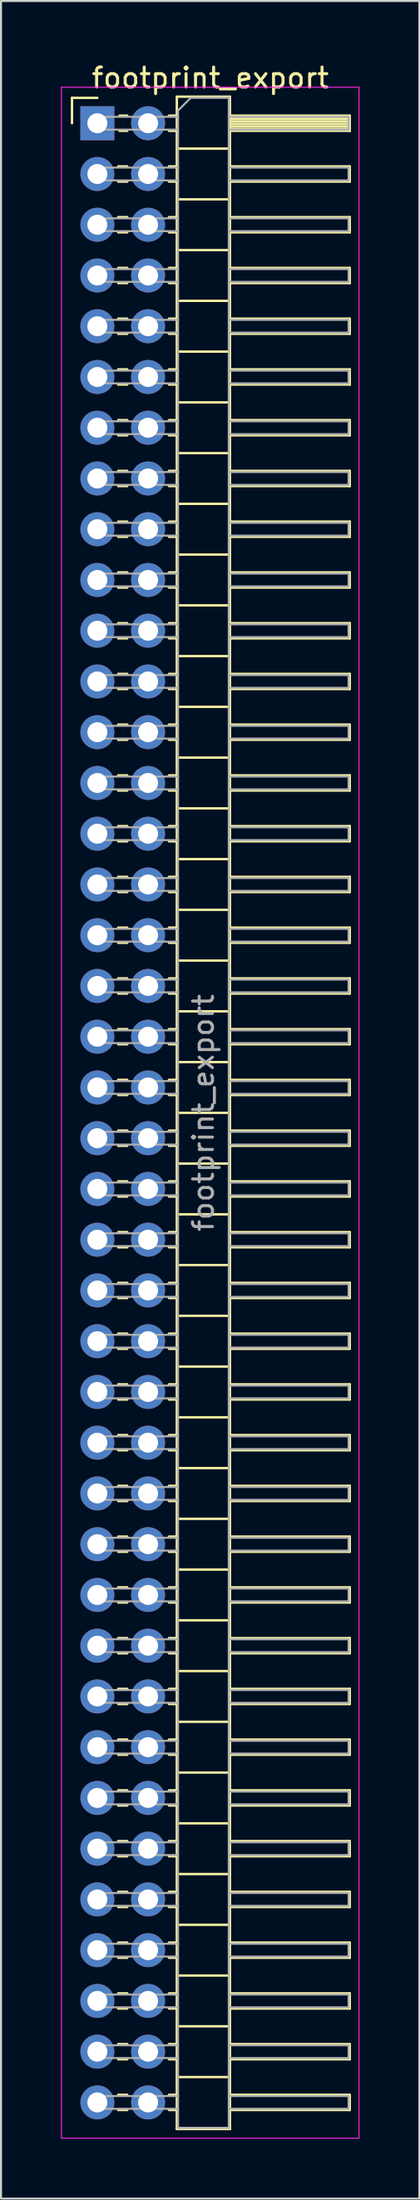
<source format=kicad_pcb>
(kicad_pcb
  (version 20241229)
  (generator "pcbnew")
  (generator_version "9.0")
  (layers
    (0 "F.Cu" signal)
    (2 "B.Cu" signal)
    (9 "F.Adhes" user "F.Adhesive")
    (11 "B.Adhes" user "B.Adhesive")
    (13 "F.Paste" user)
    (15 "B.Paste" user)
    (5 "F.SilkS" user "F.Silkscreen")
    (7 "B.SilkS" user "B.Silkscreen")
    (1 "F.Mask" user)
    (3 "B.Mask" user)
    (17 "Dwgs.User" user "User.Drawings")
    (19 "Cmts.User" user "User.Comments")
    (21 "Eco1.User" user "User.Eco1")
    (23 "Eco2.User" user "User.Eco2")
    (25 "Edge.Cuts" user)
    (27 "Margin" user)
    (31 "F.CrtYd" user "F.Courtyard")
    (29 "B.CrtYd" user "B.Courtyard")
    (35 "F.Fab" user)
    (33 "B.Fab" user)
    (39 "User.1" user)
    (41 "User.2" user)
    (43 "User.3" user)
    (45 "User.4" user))
  (footprint "footprint_export"
    (layer "F.Cu")
    (at 1.825 3.118)
    (property "Reference" "footprint_export" (at 5.655 -2.27 0) (layer "F.SilkS") (effects (font (size 1 1) (thickness 0.15))))
    (attr through_hole)
    (fp_line (start -1.27 -1.27) (end 0 -1.27) (stroke (width 0.12) (type solid)) (layer "F.SilkS"))
    (fp_line (start -1.27 0) (end -1.27 -1.27) (stroke (width 0.12) (type solid)) (layer "F.SilkS"))
    (fp_line (start 1.043 2.16) (end 1.497 2.16) (stroke (width 0.12) (type solid)) (layer "F.SilkS"))
    (fp_line (start 1.043 2.92) (end 1.497 2.92) (stroke (width 0.12) (type solid)) (layer "F.SilkS"))
    (fp_line (start 1.043 4.7) (end 1.497 4.7) (stroke (width 0.12) (type solid)) (layer "F.SilkS"))
    (fp_line (start 1.043 5.46) (end 1.497 5.46) (stroke (width 0.12) (type solid)) (layer "F.SilkS"))
    (fp_line (start 1.043 7.24) (end 1.497 7.24) (stroke (width 0.12) (type solid)) (layer "F.SilkS"))
    (fp_line (start 1.043 8) (end 1.497 8) (stroke (width 0.12) (type solid)) (layer "F.SilkS"))
    (fp_line (start 1.043 9.78) (end 1.497 9.78) (stroke (width 0.12) (type solid)) (layer "F.SilkS"))
    (fp_line (start 1.043 10.54) (end 1.497 10.54) (stroke (width 0.12) (type solid)) (layer "F.SilkS"))
    (fp_line (start 1.043 12.32) (end 1.497 12.32) (stroke (width 0.12) (type solid)) (layer "F.SilkS"))
    (fp_line (start 1.043 13.08) (end 1.497 13.08) (stroke (width 0.12) (type solid)) (layer "F.SilkS"))
    (fp_line (start 1.043 14.86) (end 1.497 14.86) (stroke (width 0.12) (type solid)) (layer "F.SilkS"))
    (fp_line (start 1.043 15.62) (end 1.497 15.62) (stroke (width 0.12) (type solid)) (layer "F.SilkS"))
    (fp_line (start 1.043 17.4) (end 1.497 17.4) (stroke (width 0.12) (type solid)) (layer "F.SilkS"))
    (fp_line (start 1.043 18.16) (end 1.497 18.16) (stroke (width 0.12) (type solid)) (layer "F.SilkS"))
    (fp_line (start 1.043 19.94) (end 1.497 19.94) (stroke (width 0.12) (type solid)) (layer "F.SilkS"))
    (fp_line (start 1.043 20.7) (end 1.497 20.7) (stroke (width 0.12) (type solid)) (layer "F.SilkS"))
    (fp_line (start 1.043 22.48) (end 1.497 22.48) (stroke (width 0.12) (type solid)) (layer "F.SilkS"))
    (fp_line (start 1.043 23.24) (end 1.497 23.24) (stroke (width 0.12) (type solid)) (layer "F.SilkS"))
    (fp_line (start 1.043 25.02) (end 1.497 25.02) (stroke (width 0.12) (type solid)) (layer "F.SilkS"))
    (fp_line (start 1.043 25.78) (end 1.497 25.78) (stroke (width 0.12) (type solid)) (layer "F.SilkS"))
    (fp_line (start 1.043 27.56) (end 1.497 27.56) (stroke (width 0.12) (type solid)) (layer "F.SilkS"))
    (fp_line (start 1.043 28.32) (end 1.497 28.32) (stroke (width 0.12) (type solid)) (layer "F.SilkS"))
    (fp_line (start 1.043 30.1) (end 1.497 30.1) (stroke (width 0.12) (type solid)) (layer "F.SilkS"))
    (fp_line (start 1.043 30.86) (end 1.497 30.86) (stroke (width 0.12) (type solid)) (layer "F.SilkS"))
    (fp_line (start 1.043 32.64) (end 1.497 32.64) (stroke (width 0.12) (type solid)) (layer "F.SilkS"))
    (fp_line (start 1.043 33.4) (end 1.497 33.4) (stroke (width 0.12) (type solid)) (layer "F.SilkS"))
    (fp_line (start 1.043 35.18) (end 1.497 35.18) (stroke (width 0.12) (type solid)) (layer "F.SilkS"))
    (fp_line (start 1.043 35.94) (end 1.497 35.94) (stroke (width 0.12) (type solid)) (layer "F.SilkS"))
    (fp_line (start 1.043 37.72) (end 1.497 37.72) (stroke (width 0.12) (type solid)) (layer "F.SilkS"))
    (fp_line (start 1.043 38.48) (end 1.497 38.48) (stroke (width 0.12) (type solid)) (layer "F.SilkS"))
    (fp_line (start 1.043 40.26) (end 1.497 40.26) (stroke (width 0.12) (type solid)) (layer "F.SilkS"))
    (fp_line (start 1.043 41.02) (end 1.497 41.02) (stroke (width 0.12) (type solid)) (layer "F.SilkS"))
    (fp_line (start 1.043 42.8) (end 1.497 42.8) (stroke (width 0.12) (type solid)) (layer "F.SilkS"))
    (fp_line (start 1.043 43.56) (end 1.497 43.56) (stroke (width 0.12) (type solid)) (layer "F.SilkS"))
    (fp_line (start 1.043 45.34) (end 1.497 45.34) (stroke (width 0.12) (type solid)) (layer "F.SilkS"))
    (fp_line (start 1.043 46.1) (end 1.497 46.1) (stroke (width 0.12) (type solid)) (layer "F.SilkS"))
    (fp_line (start 1.043 47.88) (end 1.497 47.88) (stroke (width 0.12) (type solid)) (layer "F.SilkS"))
    (fp_line (start 1.043 48.64) (end 1.497 48.64) (stroke (width 0.12) (type solid)) (layer "F.SilkS"))
    (fp_line (start 1.043 50.42) (end 1.497 50.42) (stroke (width 0.12) (type solid)) (layer "F.SilkS"))
    (fp_line (start 1.043 51.18) (end 1.497 51.18) (stroke (width 0.12) (type solid)) (layer "F.SilkS"))
    (fp_line (start 1.043 52.96) (end 1.497 52.96) (stroke (width 0.12) (type solid)) (layer "F.SilkS"))
    (fp_line (start 1.043 53.72) (end 1.497 53.72) (stroke (width 0.12) (type solid)) (layer "F.SilkS"))
    (fp_line (start 1.043 55.5) (end 1.497 55.5) (stroke (width 0.12) (type solid)) (layer "F.SilkS"))
    (fp_line (start 1.043 56.26) (end 1.497 56.26) (stroke (width 0.12) (type solid)) (layer "F.SilkS"))
    (fp_line (start 1.043 58.04) (end 1.497 58.04) (stroke (width 0.12) (type solid)) (layer "F.SilkS"))
    (fp_line (start 1.043 58.8) (end 1.497 58.8) (stroke (width 0.12) (type solid)) (layer "F.SilkS"))
    (fp_line (start 1.043 60.58) (end 1.497 60.58) (stroke (width 0.12) (type solid)) (layer "F.SilkS"))
    (fp_line (start 1.043 61.34) (end 1.497 61.34) (stroke (width 0.12) (type solid)) (layer "F.SilkS"))
    (fp_line (start 1.043 63.12) (end 1.497 63.12) (stroke (width 0.12) (type solid)) (layer "F.SilkS"))
    (fp_line (start 1.043 63.88) (end 1.497 63.88) (stroke (width 0.12) (type solid)) (layer "F.SilkS"))
    (fp_line (start 1.043 65.66) (end 1.497 65.66) (stroke (width 0.12) (type solid)) (layer "F.SilkS"))
    (fp_line (start 1.043 66.42) (end 1.497 66.42) (stroke (width 0.12) (type solid)) (layer "F.SilkS"))
    (fp_line (start 1.043 68.2) (end 1.497 68.2) (stroke (width 0.12) (type solid)) (layer "F.SilkS"))
    (fp_line (start 1.043 68.96) (end 1.497 68.96) (stroke (width 0.12) (type solid)) (layer "F.SilkS"))
    (fp_line (start 1.043 70.74) (end 1.497 70.74) (stroke (width 0.12) (type solid)) (layer "F.SilkS"))
    (fp_line (start 1.043 71.5) (end 1.497 71.5) (stroke (width 0.12) (type solid)) (layer "F.SilkS"))
    (fp_line (start 1.043 73.28) (end 1.497 73.28) (stroke (width 0.12) (type solid)) (layer "F.SilkS"))
    (fp_line (start 1.043 74.04) (end 1.497 74.04) (stroke (width 0.12) (type solid)) (layer "F.SilkS"))
    (fp_line (start 1.043 75.82) (end 1.497 75.82) (stroke (width 0.12) (type solid)) (layer "F.SilkS"))
    (fp_line (start 1.043 76.58) (end 1.497 76.58) (stroke (width 0.12) (type solid)) (layer "F.SilkS"))
    (fp_line (start 1.043 78.36) (end 1.497 78.36) (stroke (width 0.12) (type solid)) (layer "F.SilkS"))
    (fp_line (start 1.043 79.12) (end 1.497 79.12) (stroke (width 0.12) (type solid)) (layer "F.SilkS"))
    (fp_line (start 1.043 80.9) (end 1.497 80.9) (stroke (width 0.12) (type solid)) (layer "F.SilkS"))
    (fp_line (start 1.043 81.66) (end 1.497 81.66) (stroke (width 0.12) (type solid)) (layer "F.SilkS"))
    (fp_line (start 1.043 83.44) (end 1.497 83.44) (stroke (width 0.12) (type solid)) (layer "F.SilkS"))
    (fp_line (start 1.043 84.2) (end 1.497 84.2) (stroke (width 0.12) (type solid)) (layer "F.SilkS"))
    (fp_line (start 1.043 85.98) (end 1.497 85.98) (stroke (width 0.12) (type solid)) (layer "F.SilkS"))
    (fp_line (start 1.043 86.74) (end 1.497 86.74) (stroke (width 0.12) (type solid)) (layer "F.SilkS"))
    (fp_line (start 1.043 88.52) (end 1.497 88.52) (stroke (width 0.12) (type solid)) (layer "F.SilkS"))
    (fp_line (start 1.043 89.28) (end 1.497 89.28) (stroke (width 0.12) (type solid)) (layer "F.SilkS"))
    (fp_line (start 1.043 91.06) (end 1.497 91.06) (stroke (width 0.12) (type solid)) (layer "F.SilkS"))
    (fp_line (start 1.043 91.82) (end 1.497 91.82) (stroke (width 0.12) (type solid)) (layer "F.SilkS"))
    (fp_line (start 1.043 93.6) (end 1.497 93.6) (stroke (width 0.12) (type solid)) (layer "F.SilkS"))
    (fp_line (start 1.043 94.36) (end 1.497 94.36) (stroke (width 0.12) (type solid)) (layer "F.SilkS"))
    (fp_line (start 1.043 96.14) (end 1.497 96.14) (stroke (width 0.12) (type solid)) (layer "F.SilkS"))
    (fp_line (start 1.043 96.9) (end 1.497 96.9) (stroke (width 0.12) (type solid)) (layer "F.SilkS"))
    (fp_line (start 1.043 98.68) (end 1.497 98.68) (stroke (width 0.12) (type solid)) (layer "F.SilkS"))
    (fp_line (start 1.043 99.44) (end 1.497 99.44) (stroke (width 0.12) (type solid)) (layer "F.SilkS"))
    (fp_line (start 1.11 -0.38) (end 1.497 -0.38) (stroke (width 0.12) (type solid)) (layer "F.SilkS"))
    (fp_line (start 1.11 0.38) (end 1.497 0.38) (stroke (width 0.12) (type solid)) (layer "F.SilkS"))
    (fp_line (start 3.583 -0.38) (end 3.98 -0.38) (stroke (width 0.12) (type solid)) (layer "F.SilkS"))
    (fp_line (start 3.583 0.38) (end 3.98 0.38) (stroke (width 0.12) (type solid)) (layer "F.SilkS"))
    (fp_line (start 3.583 2.16) (end 3.98 2.16) (stroke (width 0.12) (type solid)) (layer "F.SilkS"))
    (fp_line (start 3.583 2.92) (end 3.98 2.92) (stroke (width 0.12) (type solid)) (layer "F.SilkS"))
    (fp_line (start 3.583 4.7) (end 3.98 4.7) (stroke (width 0.12) (type solid)) (layer "F.SilkS"))
    (fp_line (start 3.583 5.46) (end 3.98 5.46) (stroke (width 0.12) (type solid)) (layer "F.SilkS"))
    (fp_line (start 3.583 7.24) (end 3.98 7.24) (stroke (width 0.12) (type solid)) (layer "F.SilkS"))
    (fp_line (start 3.583 8) (end 3.98 8) (stroke (width 0.12) (type solid)) (layer "F.SilkS"))
    (fp_line (start 3.583 9.78) (end 3.98 9.78) (stroke (width 0.12) (type solid)) (layer "F.SilkS"))
    (fp_line (start 3.583 10.54) (end 3.98 10.54) (stroke (width 0.12) (type solid)) (layer "F.SilkS"))
    (fp_line (start 3.583 12.32) (end 3.98 12.32) (stroke (width 0.12) (type solid)) (layer "F.SilkS"))
    (fp_line (start 3.583 13.08) (end 3.98 13.08) (stroke (width 0.12) (type solid)) (layer "F.SilkS"))
    (fp_line (start 3.583 14.86) (end 3.98 14.86) (stroke (width 0.12) (type solid)) (layer "F.SilkS"))
    (fp_line (start 3.583 15.62) (end 3.98 15.62) (stroke (width 0.12) (type solid)) (layer "F.SilkS"))
    (fp_line (start 3.583 17.4) (end 3.98 17.4) (stroke (width 0.12) (type solid)) (layer "F.SilkS"))
    (fp_line (start 3.583 18.16) (end 3.98 18.16) (stroke (width 0.12) (type solid)) (layer "F.SilkS"))
    (fp_line (start 3.583 19.94) (end 3.98 19.94) (stroke (width 0.12) (type solid)) (layer "F.SilkS"))
    (fp_line (start 3.583 20.7) (end 3.98 20.7) (stroke (width 0.12) (type solid)) (layer "F.SilkS"))
    (fp_line (start 3.583 22.48) (end 3.98 22.48) (stroke (width 0.12) (type solid)) (layer "F.SilkS"))
    (fp_line (start 3.583 23.24) (end 3.98 23.24) (stroke (width 0.12) (type solid)) (layer "F.SilkS"))
    (fp_line (start 3.583 25.02) (end 3.98 25.02) (stroke (width 0.12) (type solid)) (layer "F.SilkS"))
    (fp_line (start 3.583 25.78) (end 3.98 25.78) (stroke (width 0.12) (type solid)) (layer "F.SilkS"))
    (fp_line (start 3.583 27.56) (end 3.98 27.56) (stroke (width 0.12) (type solid)) (layer "F.SilkS"))
    (fp_line (start 3.583 28.32) (end 3.98 28.32) (stroke (width 0.12) (type solid)) (layer "F.SilkS"))
    (fp_line (start 3.583 30.1) (end 3.98 30.1) (stroke (width 0.12) (type solid)) (layer "F.SilkS"))
    (fp_line (start 3.583 30.86) (end 3.98 30.86) (stroke (width 0.12) (type solid)) (layer "F.SilkS"))
    (fp_line (start 3.583 32.64) (end 3.98 32.64) (stroke (width 0.12) (type solid)) (layer "F.SilkS"))
    (fp_line (start 3.583 33.4) (end 3.98 33.4) (stroke (width 0.12) (type solid)) (layer "F.SilkS"))
    (fp_line (start 3.583 35.18) (end 3.98 35.18) (stroke (width 0.12) (type solid)) (layer "F.SilkS"))
    (fp_line (start 3.583 35.94) (end 3.98 35.94) (stroke (width 0.12) (type solid)) (layer "F.SilkS"))
    (fp_line (start 3.583 37.72) (end 3.98 37.72) (stroke (width 0.12) (type solid)) (layer "F.SilkS"))
    (fp_line (start 3.583 38.48) (end 3.98 38.48) (stroke (width 0.12) (type solid)) (layer "F.SilkS"))
    (fp_line (start 3.583 40.26) (end 3.98 40.26) (stroke (width 0.12) (type solid)) (layer "F.SilkS"))
    (fp_line (start 3.583 41.02) (end 3.98 41.02) (stroke (width 0.12) (type solid)) (layer "F.SilkS"))
    (fp_line (start 3.583 42.8) (end 3.98 42.8) (stroke (width 0.12) (type solid)) (layer "F.SilkS"))
    (fp_line (start 3.583 43.56) (end 3.98 43.56) (stroke (width 0.12) (type solid)) (layer "F.SilkS"))
    (fp_line (start 3.583 45.34) (end 3.98 45.34) (stroke (width 0.12) (type solid)) (layer "F.SilkS"))
    (fp_line (start 3.583 46.1) (end 3.98 46.1) (stroke (width 0.12) (type solid)) (layer "F.SilkS"))
    (fp_line (start 3.583 47.88) (end 3.98 47.88) (stroke (width 0.12) (type solid)) (layer "F.SilkS"))
    (fp_line (start 3.583 48.64) (end 3.98 48.64) (stroke (width 0.12) (type solid)) (layer "F.SilkS"))
    (fp_line (start 3.583 50.42) (end 3.98 50.42) (stroke (width 0.12) (type solid)) (layer "F.SilkS"))
    (fp_line (start 3.583 51.18) (end 3.98 51.18) (stroke (width 0.12) (type solid)) (layer "F.SilkS"))
    (fp_line (start 3.583 52.96) (end 3.98 52.96) (stroke (width 0.12) (type solid)) (layer "F.SilkS"))
    (fp_line (start 3.583 53.72) (end 3.98 53.72) (stroke (width 0.12) (type solid)) (layer "F.SilkS"))
    (fp_line (start 3.583 55.5) (end 3.98 55.5) (stroke (width 0.12) (type solid)) (layer "F.SilkS"))
    (fp_line (start 3.583 56.26) (end 3.98 56.26) (stroke (width 0.12) (type solid)) (layer "F.SilkS"))
    (fp_line (start 3.583 58.04) (end 3.98 58.04) (stroke (width 0.12) (type solid)) (layer "F.SilkS"))
    (fp_line (start 3.583 58.8) (end 3.98 58.8) (stroke (width 0.12) (type solid)) (layer "F.SilkS"))
    (fp_line (start 3.583 60.58) (end 3.98 60.58) (stroke (width 0.12) (type solid)) (layer "F.SilkS"))
    (fp_line (start 3.583 61.34) (end 3.98 61.34) (stroke (width 0.12) (type solid)) (layer "F.SilkS"))
    (fp_line (start 3.583 63.12) (end 3.98 63.12) (stroke (width 0.12) (type solid)) (layer "F.SilkS"))
    (fp_line (start 3.583 63.88) (end 3.98 63.88) (stroke (width 0.12) (type solid)) (layer "F.SilkS"))
    (fp_line (start 3.583 65.66) (end 3.98 65.66) (stroke (width 0.12) (type solid)) (layer "F.SilkS"))
    (fp_line (start 3.583 66.42) (end 3.98 66.42) (stroke (width 0.12) (type solid)) (layer "F.SilkS"))
    (fp_line (start 3.583 68.2) (end 3.98 68.2) (stroke (width 0.12) (type solid)) (layer "F.SilkS"))
    (fp_line (start 3.583 68.96) (end 3.98 68.96) (stroke (width 0.12) (type solid)) (layer "F.SilkS"))
    (fp_line (start 3.583 70.74) (end 3.98 70.74) (stroke (width 0.12) (type solid)) (layer "F.SilkS"))
    (fp_line (start 3.583 71.5) (end 3.98 71.5) (stroke (width 0.12) (type solid)) (layer "F.SilkS"))
    (fp_line (start 3.583 73.28) (end 3.98 73.28) (stroke (width 0.12) (type solid)) (layer "F.SilkS"))
    (fp_line (start 3.583 74.04) (end 3.98 74.04) (stroke (width 0.12) (type solid)) (layer "F.SilkS"))
    (fp_line (start 3.583 75.82) (end 3.98 75.82) (stroke (width 0.12) (type solid)) (layer "F.SilkS"))
    (fp_line (start 3.583 76.58) (end 3.98 76.58) (stroke (width 0.12) (type solid)) (layer "F.SilkS"))
    (fp_line (start 3.583 78.36) (end 3.98 78.36) (stroke (width 0.12) (type solid)) (layer "F.SilkS"))
    (fp_line (start 3.583 79.12) (end 3.98 79.12) (stroke (width 0.12) (type solid)) (layer "F.SilkS"))
    (fp_line (start 3.583 80.9) (end 3.98 80.9) (stroke (width 0.12) (type solid)) (layer "F.SilkS"))
    (fp_line (start 3.583 81.66) (end 3.98 81.66) (stroke (width 0.12) (type solid)) (layer "F.SilkS"))
    (fp_line (start 3.583 83.44) (end 3.98 83.44) (stroke (width 0.12) (type solid)) (layer "F.SilkS"))
    (fp_line (start 3.583 84.2) (end 3.98 84.2) (stroke (width 0.12) (type solid)) (layer "F.SilkS"))
    (fp_line (start 3.583 85.98) (end 3.98 85.98) (stroke (width 0.12) (type solid)) (layer "F.SilkS"))
    (fp_line (start 3.583 86.74) (end 3.98 86.74) (stroke (width 0.12) (type solid)) (layer "F.SilkS"))
    (fp_line (start 3.583 88.52) (end 3.98 88.52) (stroke (width 0.12) (type solid)) (layer "F.SilkS"))
    (fp_line (start 3.583 89.28) (end 3.98 89.28) (stroke (width 0.12) (type solid)) (layer "F.SilkS"))
    (fp_line (start 3.583 91.06) (end 3.98 91.06) (stroke (width 0.12) (type solid)) (layer "F.SilkS"))
    (fp_line (start 3.583 91.82) (end 3.98 91.82) (stroke (width 0.12) (type solid)) (layer "F.SilkS"))
    (fp_line (start 3.583 93.6) (end 3.98 93.6) (stroke (width 0.12) (type solid)) (layer "F.SilkS"))
    (fp_line (start 3.583 94.36) (end 3.98 94.36) (stroke (width 0.12) (type solid)) (layer "F.SilkS"))
    (fp_line (start 3.583 96.14) (end 3.98 96.14) (stroke (width 0.12) (type solid)) (layer "F.SilkS"))
    (fp_line (start 3.583 96.9) (end 3.98 96.9) (stroke (width 0.12) (type solid)) (layer "F.SilkS"))
    (fp_line (start 3.583 98.68) (end 3.98 98.68) (stroke (width 0.12) (type solid)) (layer "F.SilkS"))
    (fp_line (start 3.583 99.44) (end 3.98 99.44) (stroke (width 0.12) (type solid)) (layer "F.SilkS"))
    (fp_line (start 3.98 -1.33) (end 3.98 100.39) (stroke (width 0.12) (type solid)) (layer "F.SilkS"))
    (fp_line (start 3.98 1.27) (end 6.64 1.27) (stroke (width 0.12) (type solid)) (layer "F.SilkS"))
    (fp_line (start 3.98 3.81) (end 6.64 3.81) (stroke (width 0.12) (type solid)) (layer "F.SilkS"))
    (fp_line (start 3.98 6.35) (end 6.64 6.35) (stroke (width 0.12) (type solid)) (layer "F.SilkS"))
    (fp_line (start 3.98 8.89) (end 6.64 8.89) (stroke (width 0.12) (type solid)) (layer "F.SilkS"))
    (fp_line (start 3.98 11.43) (end 6.64 11.43) (stroke (width 0.12) (type solid)) (layer "F.SilkS"))
    (fp_line (start 3.98 13.97) (end 6.64 13.97) (stroke (width 0.12) (type solid)) (layer "F.SilkS"))
    (fp_line (start 3.98 16.51) (end 6.64 16.51) (stroke (width 0.12) (type solid)) (layer "F.SilkS"))
    (fp_line (start 3.98 19.05) (end 6.64 19.05) (stroke (width 0.12) (type solid)) (layer "F.SilkS"))
    (fp_line (start 3.98 21.59) (end 6.64 21.59) (stroke (width 0.12) (type solid)) (layer "F.SilkS"))
    (fp_line (start 3.98 24.13) (end 6.64 24.13) (stroke (width 0.12) (type solid)) (layer "F.SilkS"))
    (fp_line (start 3.98 26.67) (end 6.64 26.67) (stroke (width 0.12) (type solid)) (layer "F.SilkS"))
    (fp_line (start 3.98 29.21) (end 6.64 29.21) (stroke (width 0.12) (type solid)) (layer "F.SilkS"))
    (fp_line (start 3.98 31.75) (end 6.64 31.75) (stroke (width 0.12) (type solid)) (layer "F.SilkS"))
    (fp_line (start 3.98 34.29) (end 6.64 34.29) (stroke (width 0.12) (type solid)) (layer "F.SilkS"))
    (fp_line (start 3.98 36.83) (end 6.64 36.83) (stroke (width 0.12) (type solid)) (layer "F.SilkS"))
    (fp_line (start 3.98 39.37) (end 6.64 39.37) (stroke (width 0.12) (type solid)) (layer "F.SilkS"))
    (fp_line (start 3.98 41.91) (end 6.64 41.91) (stroke (width 0.12) (type solid)) (layer "F.SilkS"))
    (fp_line (start 3.98 44.45) (end 6.64 44.45) (stroke (width 0.12) (type solid)) (layer "F.SilkS"))
    (fp_line (start 3.98 46.99) (end 6.64 46.99) (stroke (width 0.12) (type solid)) (layer "F.SilkS"))
    (fp_line (start 3.98 49.53) (end 6.64 49.53) (stroke (width 0.12) (type solid)) (layer "F.SilkS"))
    (fp_line (start 3.98 52.07) (end 6.64 52.07) (stroke (width 0.12) (type solid)) (layer "F.SilkS"))
    (fp_line (start 3.98 54.61) (end 6.64 54.61) (stroke (width 0.12) (type solid)) (layer "F.SilkS"))
    (fp_line (start 3.98 57.15) (end 6.64 57.15) (stroke (width 0.12) (type solid)) (layer "F.SilkS"))
    (fp_line (start 3.98 59.69) (end 6.64 59.69) (stroke (width 0.12) (type solid)) (layer "F.SilkS"))
    (fp_line (start 3.98 62.23) (end 6.64 62.23) (stroke (width 0.12) (type solid)) (layer "F.SilkS"))
    (fp_line (start 3.98 64.77) (end 6.64 64.77) (stroke (width 0.12) (type solid)) (layer "F.SilkS"))
    (fp_line (start 3.98 67.31) (end 6.64 67.31) (stroke (width 0.12) (type solid)) (layer "F.SilkS"))
    (fp_line (start 3.98 69.85) (end 6.64 69.85) (stroke (width 0.12) (type solid)) (layer "F.SilkS"))
    (fp_line (start 3.98 72.39) (end 6.64 72.39) (stroke (width 0.12) (type solid)) (layer "F.SilkS"))
    (fp_line (start 3.98 74.93) (end 6.64 74.93) (stroke (width 0.12) (type solid)) (layer "F.SilkS"))
    (fp_line (start 3.98 77.47) (end 6.64 77.47) (stroke (width 0.12) (type solid)) (layer "F.SilkS"))
    (fp_line (start 3.98 80.01) (end 6.64 80.01) (stroke (width 0.12) (type solid)) (layer "F.SilkS"))
    (fp_line (start 3.98 82.55) (end 6.64 82.55) (stroke (width 0.12) (type solid)) (layer "F.SilkS"))
    (fp_line (start 3.98 85.09) (end 6.64 85.09) (stroke (width 0.12) (type solid)) (layer "F.SilkS"))
    (fp_line (start 3.98 87.63) (end 6.64 87.63) (stroke (width 0.12) (type solid)) (layer "F.SilkS"))
    (fp_line (start 3.98 90.17) (end 6.64 90.17) (stroke (width 0.12) (type solid)) (layer "F.SilkS"))
    (fp_line (start 3.98 92.71) (end 6.64 92.71) (stroke (width 0.12) (type solid)) (layer "F.SilkS"))
    (fp_line (start 3.98 95.25) (end 6.64 95.25) (stroke (width 0.12) (type solid)) (layer "F.SilkS"))
    (fp_line (start 3.98 97.79) (end 6.64 97.79) (stroke (width 0.12) (type solid)) (layer "F.SilkS"))
    (fp_line (start 3.98 100.39) (end 6.64 100.39) (stroke (width 0.12) (type solid)) (layer "F.SilkS"))
    (fp_line (start 6.64 -1.33) (end 3.98 -1.33) (stroke (width 0.12) (type solid)) (layer "F.SilkS"))
    (fp_line (start 6.64 -0.38) (end 12.64 -0.38) (stroke (width 0.12) (type solid)) (layer "F.SilkS"))
    (fp_line (start 6.64 -0.32) (end 12.64 -0.32) (stroke (width 0.12) (type solid)) (layer "F.SilkS"))
    (fp_line (start 6.64 -0.2) (end 12.64 -0.2) (stroke (width 0.12) (type solid)) (layer "F.SilkS"))
    (fp_line (start 6.64 -0.08) (end 12.64 -0.08) (stroke (width 0.12) (type solid)) (layer "F.SilkS"))
    (fp_line (start 6.64 0.04) (end 12.64 0.04) (stroke (width 0.12) (type solid)) (layer "F.SilkS"))
    (fp_line (start 6.64 0.16) (end 12.64 0.16) (stroke (width 0.12) (type solid)) (layer "F.SilkS"))
    (fp_line (start 6.64 0.28) (end 12.64 0.28) (stroke (width 0.12) (type solid)) (layer "F.SilkS"))
    (fp_line (start 6.64 2.16) (end 12.64 2.16) (stroke (width 0.12) (type solid)) (layer "F.SilkS"))
    (fp_line (start 6.64 4.7) (end 12.64 4.7) (stroke (width 0.12) (type solid)) (layer "F.SilkS"))
    (fp_line (start 6.64 7.24) (end 12.64 7.24) (stroke (width 0.12) (type solid)) (layer "F.SilkS"))
    (fp_line (start 6.64 9.78) (end 12.64 9.78) (stroke (width 0.12) (type solid)) (layer "F.SilkS"))
    (fp_line (start 6.64 12.32) (end 12.64 12.32) (stroke (width 0.12) (type solid)) (layer "F.SilkS"))
    (fp_line (start 6.64 14.86) (end 12.64 14.86) (stroke (width 0.12) (type solid)) (layer "F.SilkS"))
    (fp_line (start 6.64 17.4) (end 12.64 17.4) (stroke (width 0.12) (type solid)) (layer "F.SilkS"))
    (fp_line (start 6.64 19.94) (end 12.64 19.94) (stroke (width 0.12) (type solid)) (layer "F.SilkS"))
    (fp_line (start 6.64 22.48) (end 12.64 22.48) (stroke (width 0.12) (type solid)) (layer "F.SilkS"))
    (fp_line (start 6.64 25.02) (end 12.64 25.02) (stroke (width 0.12) (type solid)) (layer "F.SilkS"))
    (fp_line (start 6.64 27.56) (end 12.64 27.56) (stroke (width 0.12) (type solid)) (layer "F.SilkS"))
    (fp_line (start 6.64 30.1) (end 12.64 30.1) (stroke (width 0.12) (type solid)) (layer "F.SilkS"))
    (fp_line (start 6.64 32.64) (end 12.64 32.64) (stroke (width 0.12) (type solid)) (layer "F.SilkS"))
    (fp_line (start 6.64 35.18) (end 12.64 35.18) (stroke (width 0.12) (type solid)) (layer "F.SilkS"))
    (fp_line (start 6.64 37.72) (end 12.64 37.72) (stroke (width 0.12) (type solid)) (layer "F.SilkS"))
    (fp_line (start 6.64 40.26) (end 12.64 40.26) (stroke (width 0.12) (type solid)) (layer "F.SilkS"))
    (fp_line (start 6.64 42.8) (end 12.64 42.8) (stroke (width 0.12) (type solid)) (layer "F.SilkS"))
    (fp_line (start 6.64 45.34) (end 12.64 45.34) (stroke (width 0.12) (type solid)) (layer "F.SilkS"))
    (fp_line (start 6.64 47.88) (end 12.64 47.88) (stroke (width 0.12) (type solid)) (layer "F.SilkS"))
    (fp_line (start 6.64 50.42) (end 12.64 50.42) (stroke (width 0.12) (type solid)) (layer "F.SilkS"))
    (fp_line (start 6.64 52.96) (end 12.64 52.96) (stroke (width 0.12) (type solid)) (layer "F.SilkS"))
    (fp_line (start 6.64 55.5) (end 12.64 55.5) (stroke (width 0.12) (type solid)) (layer "F.SilkS"))
    (fp_line (start 6.64 58.04) (end 12.64 58.04) (stroke (width 0.12) (type solid)) (layer "F.SilkS"))
    (fp_line (start 6.64 60.58) (end 12.64 60.58) (stroke (width 0.12) (type solid)) (layer "F.SilkS"))
    (fp_line (start 6.64 63.12) (end 12.64 63.12) (stroke (width 0.12) (type solid)) (layer "F.SilkS"))
    (fp_line (start 6.64 65.66) (end 12.64 65.66) (stroke (width 0.12) (type solid)) (layer "F.SilkS"))
    (fp_line (start 6.64 68.2) (end 12.64 68.2) (stroke (width 0.12) (type solid)) (layer "F.SilkS"))
    (fp_line (start 6.64 70.74) (end 12.64 70.74) (stroke (width 0.12) (type solid)) (layer "F.SilkS"))
    (fp_line (start 6.64 73.28) (end 12.64 73.28) (stroke (width 0.12) (type solid)) (layer "F.SilkS"))
    (fp_line (start 6.64 75.82) (end 12.64 75.82) (stroke (width 0.12) (type solid)) (layer "F.SilkS"))
    (fp_line (start 6.64 78.36) (end 12.64 78.36) (stroke (width 0.12) (type solid)) (layer "F.SilkS"))
    (fp_line (start 6.64 80.9) (end 12.64 80.9) (stroke (width 0.12) (type solid)) (layer "F.SilkS"))
    (fp_line (start 6.64 83.44) (end 12.64 83.44) (stroke (width 0.12) (type solid)) (layer "F.SilkS"))
    (fp_line (start 6.64 85.98) (end 12.64 85.98) (stroke (width 0.12) (type solid)) (layer "F.SilkS"))
    (fp_line (start 6.64 88.52) (end 12.64 88.52) (stroke (width 0.12) (type solid)) (layer "F.SilkS"))
    (fp_line (start 6.64 91.06) (end 12.64 91.06) (stroke (width 0.12) (type solid)) (layer "F.SilkS"))
    (fp_line (start 6.64 93.6) (end 12.64 93.6) (stroke (width 0.12) (type solid)) (layer "F.SilkS"))
    (fp_line (start 6.64 96.14) (end 12.64 96.14) (stroke (width 0.12) (type solid)) (layer "F.SilkS"))
    (fp_line (start 6.64 98.68) (end 12.64 98.68) (stroke (width 0.12) (type solid)) (layer "F.SilkS"))
    (fp_line (start 6.64 100.39) (end 6.64 -1.33) (stroke (width 0.12) (type solid)) (layer "F.SilkS"))
    (fp_line (start 12.64 -0.38) (end 12.64 0.38) (stroke (width 0.12) (type solid)) (layer "F.SilkS"))
    (fp_line (start 12.64 0.38) (end 6.64 0.38) (stroke (width 0.12) (type solid)) (layer "F.SilkS"))
    (fp_line (start 12.64 2.16) (end 12.64 2.92) (stroke (width 0.12) (type solid)) (layer "F.SilkS"))
    (fp_line (start 12.64 2.92) (end 6.64 2.92) (stroke (width 0.12) (type solid)) (layer "F.SilkS"))
    (fp_line (start 12.64 4.7) (end 12.64 5.46) (stroke (width 0.12) (type solid)) (layer "F.SilkS"))
    (fp_line (start 12.64 5.46) (end 6.64 5.46) (stroke (width 0.12) (type solid)) (layer "F.SilkS"))
    (fp_line (start 12.64 7.24) (end 12.64 8) (stroke (width 0.12) (type solid)) (layer "F.SilkS"))
    (fp_line (start 12.64 8) (end 6.64 8) (stroke (width 0.12) (type solid)) (layer "F.SilkS"))
    (fp_line (start 12.64 9.78) (end 12.64 10.54) (stroke (width 0.12) (type solid)) (layer "F.SilkS"))
    (fp_line (start 12.64 10.54) (end 6.64 10.54) (stroke (width 0.12) (type solid)) (layer "F.SilkS"))
    (fp_line (start 12.64 12.32) (end 12.64 13.08) (stroke (width 0.12) (type solid)) (layer "F.SilkS"))
    (fp_line (start 12.64 13.08) (end 6.64 13.08) (stroke (width 0.12) (type solid)) (layer "F.SilkS"))
    (fp_line (start 12.64 14.86) (end 12.64 15.62) (stroke (width 0.12) (type solid)) (layer "F.SilkS"))
    (fp_line (start 12.64 15.62) (end 6.64 15.62) (stroke (width 0.12) (type solid)) (layer "F.SilkS"))
    (fp_line (start 12.64 17.4) (end 12.64 18.16) (stroke (width 0.12) (type solid)) (layer "F.SilkS"))
    (fp_line (start 12.64 18.16) (end 6.64 18.16) (stroke (width 0.12) (type solid)) (layer "F.SilkS"))
    (fp_line (start 12.64 19.94) (end 12.64 20.7) (stroke (width 0.12) (type solid)) (layer "F.SilkS"))
    (fp_line (start 12.64 20.7) (end 6.64 20.7) (stroke (width 0.12) (type solid)) (layer "F.SilkS"))
    (fp_line (start 12.64 22.48) (end 12.64 23.24) (stroke (width 0.12) (type solid)) (layer "F.SilkS"))
    (fp_line (start 12.64 23.24) (end 6.64 23.24) (stroke (width 0.12) (type solid)) (layer "F.SilkS"))
    (fp_line (start 12.64 25.02) (end 12.64 25.78) (stroke (width 0.12) (type solid)) (layer "F.SilkS"))
    (fp_line (start 12.64 25.78) (end 6.64 25.78) (stroke (width 0.12) (type solid)) (layer "F.SilkS"))
    (fp_line (start 12.64 27.56) (end 12.64 28.32) (stroke (width 0.12) (type solid)) (layer "F.SilkS"))
    (fp_line (start 12.64 28.32) (end 6.64 28.32) (stroke (width 0.12) (type solid)) (layer "F.SilkS"))
    (fp_line (start 12.64 30.1) (end 12.64 30.86) (stroke (width 0.12) (type solid)) (layer "F.SilkS"))
    (fp_line (start 12.64 30.86) (end 6.64 30.86) (stroke (width 0.12) (type solid)) (layer "F.SilkS"))
    (fp_line (start 12.64 32.64) (end 12.64 33.4) (stroke (width 0.12) (type solid)) (layer "F.SilkS"))
    (fp_line (start 12.64 33.4) (end 6.64 33.4) (stroke (width 0.12) (type solid)) (layer "F.SilkS"))
    (fp_line (start 12.64 35.18) (end 12.64 35.94) (stroke (width 0.12) (type solid)) (layer "F.SilkS"))
    (fp_line (start 12.64 35.94) (end 6.64 35.94) (stroke (width 0.12) (type solid)) (layer "F.SilkS"))
    (fp_line (start 12.64 37.72) (end 12.64 38.48) (stroke (width 0.12) (type solid)) (layer "F.SilkS"))
    (fp_line (start 12.64 38.48) (end 6.64 38.48) (stroke (width 0.12) (type solid)) (layer "F.SilkS"))
    (fp_line (start 12.64 40.26) (end 12.64 41.02) (stroke (width 0.12) (type solid)) (layer "F.SilkS"))
    (fp_line (start 12.64 41.02) (end 6.64 41.02) (stroke (width 0.12) (type solid)) (layer "F.SilkS"))
    (fp_line (start 12.64 42.8) (end 12.64 43.56) (stroke (width 0.12) (type solid)) (layer "F.SilkS"))
    (fp_line (start 12.64 43.56) (end 6.64 43.56) (stroke (width 0.12) (type solid)) (layer "F.SilkS"))
    (fp_line (start 12.64 45.34) (end 12.64 46.1) (stroke (width 0.12) (type solid)) (layer "F.SilkS"))
    (fp_line (start 12.64 46.1) (end 6.64 46.1) (stroke (width 0.12) (type solid)) (layer "F.SilkS"))
    (fp_line (start 12.64 47.88) (end 12.64 48.64) (stroke (width 0.12) (type solid)) (layer "F.SilkS"))
    (fp_line (start 12.64 48.64) (end 6.64 48.64) (stroke (width 0.12) (type solid)) (layer "F.SilkS"))
    (fp_line (start 12.64 50.42) (end 12.64 51.18) (stroke (width 0.12) (type solid)) (layer "F.SilkS"))
    (fp_line (start 12.64 51.18) (end 6.64 51.18) (stroke (width 0.12) (type solid)) (layer "F.SilkS"))
    (fp_line (start 12.64 52.96) (end 12.64 53.72) (stroke (width 0.12) (type solid)) (layer "F.SilkS"))
    (fp_line (start 12.64 53.72) (end 6.64 53.72) (stroke (width 0.12) (type solid)) (layer "F.SilkS"))
    (fp_line (start 12.64 55.5) (end 12.64 56.26) (stroke (width 0.12) (type solid)) (layer "F.SilkS"))
    (fp_line (start 12.64 56.26) (end 6.64 56.26) (stroke (width 0.12) (type solid)) (layer "F.SilkS"))
    (fp_line (start 12.64 58.04) (end 12.64 58.8) (stroke (width 0.12) (type solid)) (layer "F.SilkS"))
    (fp_line (start 12.64 58.8) (end 6.64 58.8) (stroke (width 0.12) (type solid)) (layer "F.SilkS"))
    (fp_line (start 12.64 60.58) (end 12.64 61.34) (stroke (width 0.12) (type solid)) (layer "F.SilkS"))
    (fp_line (start 12.64 61.34) (end 6.64 61.34) (stroke (width 0.12) (type solid)) (layer "F.SilkS"))
    (fp_line (start 12.64 63.12) (end 12.64 63.88) (stroke (width 0.12) (type solid)) (layer "F.SilkS"))
    (fp_line (start 12.64 63.88) (end 6.64 63.88) (stroke (width 0.12) (type solid)) (layer "F.SilkS"))
    (fp_line (start 12.64 65.66) (end 12.64 66.42) (stroke (width 0.12) (type solid)) (layer "F.SilkS"))
    (fp_line (start 12.64 66.42) (end 6.64 66.42) (stroke (width 0.12) (type solid)) (layer "F.SilkS"))
    (fp_line (start 12.64 68.2) (end 12.64 68.96) (stroke (width 0.12) (type solid)) (layer "F.SilkS"))
    (fp_line (start 12.64 68.96) (end 6.64 68.96) (stroke (width 0.12) (type solid)) (layer "F.SilkS"))
    (fp_line (start 12.64 70.74) (end 12.64 71.5) (stroke (width 0.12) (type solid)) (layer "F.SilkS"))
    (fp_line (start 12.64 71.5) (end 6.64 71.5) (stroke (width 0.12) (type solid)) (layer "F.SilkS"))
    (fp_line (start 12.64 73.28) (end 12.64 74.04) (stroke (width 0.12) (type solid)) (layer "F.SilkS"))
    (fp_line (start 12.64 74.04) (end 6.64 74.04) (stroke (width 0.12) (type solid)) (layer "F.SilkS"))
    (fp_line (start 12.64 75.82) (end 12.64 76.58) (stroke (width 0.12) (type solid)) (layer "F.SilkS"))
    (fp_line (start 12.64 76.58) (end 6.64 76.58) (stroke (width 0.12) (type solid)) (layer "F.SilkS"))
    (fp_line (start 12.64 78.36) (end 12.64 79.12) (stroke (width 0.12) (type solid)) (layer "F.SilkS"))
    (fp_line (start 12.64 79.12) (end 6.64 79.12) (stroke (width 0.12) (type solid)) (layer "F.SilkS"))
    (fp_line (start 12.64 80.9) (end 12.64 81.66) (stroke (width 0.12) (type solid)) (layer "F.SilkS"))
    (fp_line (start 12.64 81.66) (end 6.64 81.66) (stroke (width 0.12) (type solid)) (layer "F.SilkS"))
    (fp_line (start 12.64 83.44) (end 12.64 84.2) (stroke (width 0.12) (type solid)) (layer "F.SilkS"))
    (fp_line (start 12.64 84.2) (end 6.64 84.2) (stroke (width 0.12) (type solid)) (layer "F.SilkS"))
    (fp_line (start 12.64 85.98) (end 12.64 86.74) (stroke (width 0.12) (type solid)) (layer "F.SilkS"))
    (fp_line (start 12.64 86.74) (end 6.64 86.74) (stroke (width 0.12) (type solid)) (layer "F.SilkS"))
    (fp_line (start 12.64 88.52) (end 12.64 89.28) (stroke (width 0.12) (type solid)) (layer "F.SilkS"))
    (fp_line (start 12.64 89.28) (end 6.64 89.28) (stroke (width 0.12) (type solid)) (layer "F.SilkS"))
    (fp_line (start 12.64 91.06) (end 12.64 91.82) (stroke (width 0.12) (type solid)) (layer "F.SilkS"))
    (fp_line (start 12.64 91.82) (end 6.64 91.82) (stroke (width 0.12) (type solid)) (layer "F.SilkS"))
    (fp_line (start 12.64 93.6) (end 12.64 94.36) (stroke (width 0.12) (type solid)) (layer "F.SilkS"))
    (fp_line (start 12.64 94.36) (end 6.64 94.36) (stroke (width 0.12) (type solid)) (layer "F.SilkS"))
    (fp_line (start 12.64 96.14) (end 12.64 96.9) (stroke (width 0.12) (type solid)) (layer "F.SilkS"))
    (fp_line (start 12.64 96.9) (end 6.64 96.9) (stroke (width 0.12) (type solid)) (layer "F.SilkS"))
    (fp_line (start 12.64 98.68) (end 12.64 99.44) (stroke (width 0.12) (type solid)) (layer "F.SilkS"))
    (fp_line (start 12.64 99.44) (end 6.64 99.44) (stroke (width 0.12) (type solid)) (layer "F.SilkS"))
    (fp_line (start -1.8 -1.8) (end -1.8 100.85) (stroke (width 0.05) (type solid)) (layer "F.CrtYd"))
    (fp_line (start -1.8 100.85) (end 13.1 100.85) (stroke (width 0.05) (type solid)) (layer "F.CrtYd"))
    (fp_line (start 13.1 -1.8) (end -1.8 -1.8) (stroke (width 0.05) (type solid)) (layer "F.CrtYd"))
    (fp_line (start 13.1 100.85) (end 13.1 -1.8) (stroke (width 0.05) (type solid)) (layer "F.CrtYd"))
    (fp_line (start -0.32 -0.32) (end -0.32 0.32) (stroke (width 0.1) (type solid)) (layer "F.Fab"))
    (fp_line (start -0.32 -0.32) (end 4.04 -0.32) (stroke (width 0.1) (type solid)) (layer "F.Fab"))
    (fp_line (start -0.32 0.32) (end 4.04 0.32) (stroke (width 0.1) (type solid)) (layer "F.Fab"))
    (fp_line (start -0.32 2.22) (end -0.32 2.86) (stroke (width 0.1) (type solid)) (layer "F.Fab"))
    (fp_line (start -0.32 2.22) (end 4.04 2.22) (stroke (width 0.1) (type solid)) (layer "F.Fab"))
    (fp_line (start -0.32 2.86) (end 4.04 2.86) (stroke (width 0.1) (type solid)) (layer "F.Fab"))
    (fp_line (start -0.32 4.76) (end -0.32 5.4) (stroke (width 0.1) (type solid)) (layer "F.Fab"))
    (fp_line (start -0.32 4.76) (end 4.04 4.76) (stroke (width 0.1) (type solid)) (layer "F.Fab"))
    (fp_line (start -0.32 5.4) (end 4.04 5.4) (stroke (width 0.1) (type solid)) (layer "F.Fab"))
    (fp_line (start -0.32 7.3) (end -0.32 7.94) (stroke (width 0.1) (type solid)) (layer "F.Fab"))
    (fp_line (start -0.32 7.3) (end 4.04 7.3) (stroke (width 0.1) (type solid)) (layer "F.Fab"))
    (fp_line (start -0.32 7.94) (end 4.04 7.94) (stroke (width 0.1) (type solid)) (layer "F.Fab"))
    (fp_line (start -0.32 9.84) (end -0.32 10.48) (stroke (width 0.1) (type solid)) (layer "F.Fab"))
    (fp_line (start -0.32 9.84) (end 4.04 9.84) (stroke (width 0.1) (type solid)) (layer "F.Fab"))
    (fp_line (start -0.32 10.48) (end 4.04 10.48) (stroke (width 0.1) (type solid)) (layer "F.Fab"))
    (fp_line (start -0.32 12.38) (end -0.32 13.02) (stroke (width 0.1) (type solid)) (layer "F.Fab"))
    (fp_line (start -0.32 12.38) (end 4.04 12.38) (stroke (width 0.1) (type solid)) (layer "F.Fab"))
    (fp_line (start -0.32 13.02) (end 4.04 13.02) (stroke (width 0.1) (type solid)) (layer "F.Fab"))
    (fp_line (start -0.32 14.92) (end -0.32 15.56) (stroke (width 0.1) (type solid)) (layer "F.Fab"))
    (fp_line (start -0.32 14.92) (end 4.04 14.92) (stroke (width 0.1) (type solid)) (layer "F.Fab"))
    (fp_line (start -0.32 15.56) (end 4.04 15.56) (stroke (width 0.1) (type solid)) (layer "F.Fab"))
    (fp_line (start -0.32 17.46) (end -0.32 18.1) (stroke (width 0.1) (type solid)) (layer "F.Fab"))
    (fp_line (start -0.32 17.46) (end 4.04 17.46) (stroke (width 0.1) (type solid)) (layer "F.Fab"))
    (fp_line (start -0.32 18.1) (end 4.04 18.1) (stroke (width 0.1) (type solid)) (layer "F.Fab"))
    (fp_line (start -0.32 20) (end -0.32 20.64) (stroke (width 0.1) (type solid)) (layer "F.Fab"))
    (fp_line (start -0.32 20) (end 4.04 20) (stroke (width 0.1) (type solid)) (layer "F.Fab"))
    (fp_line (start -0.32 20.64) (end 4.04 20.64) (stroke (width 0.1) (type solid)) (layer "F.Fab"))
    (fp_line (start -0.32 22.54) (end -0.32 23.18) (stroke (width 0.1) (type solid)) (layer "F.Fab"))
    (fp_line (start -0.32 22.54) (end 4.04 22.54) (stroke (width 0.1) (type solid)) (layer "F.Fab"))
    (fp_line (start -0.32 23.18) (end 4.04 23.18) (stroke (width 0.1) (type solid)) (layer "F.Fab"))
    (fp_line (start -0.32 25.08) (end -0.32 25.72) (stroke (width 0.1) (type solid)) (layer "F.Fab"))
    (fp_line (start -0.32 25.08) (end 4.04 25.08) (stroke (width 0.1) (type solid)) (layer "F.Fab"))
    (fp_line (start -0.32 25.72) (end 4.04 25.72) (stroke (width 0.1) (type solid)) (layer "F.Fab"))
    (fp_line (start -0.32 27.62) (end -0.32 28.26) (stroke (width 0.1) (type solid)) (layer "F.Fab"))
    (fp_line (start -0.32 27.62) (end 4.04 27.62) (stroke (width 0.1) (type solid)) (layer "F.Fab"))
    (fp_line (start -0.32 28.26) (end 4.04 28.26) (stroke (width 0.1) (type solid)) (layer "F.Fab"))
    (fp_line (start -0.32 30.16) (end -0.32 30.8) (stroke (width 0.1) (type solid)) (layer "F.Fab"))
    (fp_line (start -0.32 30.16) (end 4.04 30.16) (stroke (width 0.1) (type solid)) (layer "F.Fab"))
    (fp_line (start -0.32 30.8) (end 4.04 30.8) (stroke (width 0.1) (type solid)) (layer "F.Fab"))
    (fp_line (start -0.32 32.7) (end -0.32 33.34) (stroke (width 0.1) (type solid)) (layer "F.Fab"))
    (fp_line (start -0.32 32.7) (end 4.04 32.7) (stroke (width 0.1) (type solid)) (layer "F.Fab"))
    (fp_line (start -0.32 33.34) (end 4.04 33.34) (stroke (width 0.1) (type solid)) (layer "F.Fab"))
    (fp_line (start -0.32 35.24) (end -0.32 35.88) (stroke (width 0.1) (type solid)) (layer "F.Fab"))
    (fp_line (start -0.32 35.24) (end 4.04 35.24) (stroke (width 0.1) (type solid)) (layer "F.Fab"))
    (fp_line (start -0.32 35.88) (end 4.04 35.88) (stroke (width 0.1) (type solid)) (layer "F.Fab"))
    (fp_line (start -0.32 37.78) (end -0.32 38.42) (stroke (width 0.1) (type solid)) (layer "F.Fab"))
    (fp_line (start -0.32 37.78) (end 4.04 37.78) (stroke (width 0.1) (type solid)) (layer "F.Fab"))
    (fp_line (start -0.32 38.42) (end 4.04 38.42) (stroke (width 0.1) (type solid)) (layer "F.Fab"))
    (fp_line (start -0.32 40.32) (end -0.32 40.96) (stroke (width 0.1) (type solid)) (layer "F.Fab"))
    (fp_line (start -0.32 40.32) (end 4.04 40.32) (stroke (width 0.1) (type solid)) (layer "F.Fab"))
    (fp_line (start -0.32 40.96) (end 4.04 40.96) (stroke (width 0.1) (type solid)) (layer "F.Fab"))
    (fp_line (start -0.32 42.86) (end -0.32 43.5) (stroke (width 0.1) (type solid)) (layer "F.Fab"))
    (fp_line (start -0.32 42.86) (end 4.04 42.86) (stroke (width 0.1) (type solid)) (layer "F.Fab"))
    (fp_line (start -0.32 43.5) (end 4.04 43.5) (stroke (width 0.1) (type solid)) (layer "F.Fab"))
    (fp_line (start -0.32 45.4) (end -0.32 46.04) (stroke (width 0.1) (type solid)) (layer "F.Fab"))
    (fp_line (start -0.32 45.4) (end 4.04 45.4) (stroke (width 0.1) (type solid)) (layer "F.Fab"))
    (fp_line (start -0.32 46.04) (end 4.04 46.04) (stroke (width 0.1) (type solid)) (layer "F.Fab"))
    (fp_line (start -0.32 47.94) (end -0.32 48.58) (stroke (width 0.1) (type solid)) (layer "F.Fab"))
    (fp_line (start -0.32 47.94) (end 4.04 47.94) (stroke (width 0.1) (type solid)) (layer "F.Fab"))
    (fp_line (start -0.32 48.58) (end 4.04 48.58) (stroke (width 0.1) (type solid)) (layer "F.Fab"))
    (fp_line (start -0.32 50.48) (end -0.32 51.12) (stroke (width 0.1) (type solid)) (layer "F.Fab"))
    (fp_line (start -0.32 50.48) (end 4.04 50.48) (stroke (width 0.1) (type solid)) (layer "F.Fab"))
    (fp_line (start -0.32 51.12) (end 4.04 51.12) (stroke (width 0.1) (type solid)) (layer "F.Fab"))
    (fp_line (start -0.32 53.02) (end -0.32 53.66) (stroke (width 0.1) (type solid)) (layer "F.Fab"))
    (fp_line (start -0.32 53.02) (end 4.04 53.02) (stroke (width 0.1) (type solid)) (layer "F.Fab"))
    (fp_line (start -0.32 53.66) (end 4.04 53.66) (stroke (width 0.1) (type solid)) (layer "F.Fab"))
    (fp_line (start -0.32 55.56) (end -0.32 56.2) (stroke (width 0.1) (type solid)) (layer "F.Fab"))
    (fp_line (start -0.32 55.56) (end 4.04 55.56) (stroke (width 0.1) (type solid)) (layer "F.Fab"))
    (fp_line (start -0.32 56.2) (end 4.04 56.2) (stroke (width 0.1) (type solid)) (layer "F.Fab"))
    (fp_line (start -0.32 58.1) (end -0.32 58.74) (stroke (width 0.1) (type solid)) (layer "F.Fab"))
    (fp_line (start -0.32 58.1) (end 4.04 58.1) (stroke (width 0.1) (type solid)) (layer "F.Fab"))
    (fp_line (start -0.32 58.74) (end 4.04 58.74) (stroke (width 0.1) (type solid)) (layer "F.Fab"))
    (fp_line (start -0.32 60.64) (end -0.32 61.28) (stroke (width 0.1) (type solid)) (layer "F.Fab"))
    (fp_line (start -0.32 60.64) (end 4.04 60.64) (stroke (width 0.1) (type solid)) (layer "F.Fab"))
    (fp_line (start -0.32 61.28) (end 4.04 61.28) (stroke (width 0.1) (type solid)) (layer "F.Fab"))
    (fp_line (start -0.32 63.18) (end -0.32 63.82) (stroke (width 0.1) (type solid)) (layer "F.Fab"))
    (fp_line (start -0.32 63.18) (end 4.04 63.18) (stroke (width 0.1) (type solid)) (layer "F.Fab"))
    (fp_line (start -0.32 63.82) (end 4.04 63.82) (stroke (width 0.1) (type solid)) (layer "F.Fab"))
    (fp_line (start -0.32 65.72) (end -0.32 66.36) (stroke (width 0.1) (type solid)) (layer "F.Fab"))
    (fp_line (start -0.32 65.72) (end 4.04 65.72) (stroke (width 0.1) (type solid)) (layer "F.Fab"))
    (fp_line (start -0.32 66.36) (end 4.04 66.36) (stroke (width 0.1) (type solid)) (layer "F.Fab"))
    (fp_line (start -0.32 68.26) (end -0.32 68.9) (stroke (width 0.1) (type solid)) (layer "F.Fab"))
    (fp_line (start -0.32 68.26) (end 4.04 68.26) (stroke (width 0.1) (type solid)) (layer "F.Fab"))
    (fp_line (start -0.32 68.9) (end 4.04 68.9) (stroke (width 0.1) (type solid)) (layer "F.Fab"))
    (fp_line (start -0.32 70.8) (end -0.32 71.44) (stroke (width 0.1) (type solid)) (layer "F.Fab"))
    (fp_line (start -0.32 70.8) (end 4.04 70.8) (stroke (width 0.1) (type solid)) (layer "F.Fab"))
    (fp_line (start -0.32 71.44) (end 4.04 71.44) (stroke (width 0.1) (type solid)) (layer "F.Fab"))
    (fp_line (start -0.32 73.34) (end -0.32 73.98) (stroke (width 0.1) (type solid)) (layer "F.Fab"))
    (fp_line (start -0.32 73.34) (end 4.04 73.34) (stroke (width 0.1) (type solid)) (layer "F.Fab"))
    (fp_line (start -0.32 73.98) (end 4.04 73.98) (stroke (width 0.1) (type solid)) (layer "F.Fab"))
    (fp_line (start -0.32 75.88) (end -0.32 76.52) (stroke (width 0.1) (type solid)) (layer "F.Fab"))
    (fp_line (start -0.32 75.88) (end 4.04 75.88) (stroke (width 0.1) (type solid)) (layer "F.Fab"))
    (fp_line (start -0.32 76.52) (end 4.04 76.52) (stroke (width 0.1) (type solid)) (layer "F.Fab"))
    (fp_line (start -0.32 78.42) (end -0.32 79.06) (stroke (width 0.1) (type solid)) (layer "F.Fab"))
    (fp_line (start -0.32 78.42) (end 4.04 78.42) (stroke (width 0.1) (type solid)) (layer "F.Fab"))
    (fp_line (start -0.32 79.06) (end 4.04 79.06) (stroke (width 0.1) (type solid)) (layer "F.Fab"))
    (fp_line (start -0.32 80.96) (end -0.32 81.6) (stroke (width 0.1) (type solid)) (layer "F.Fab"))
    (fp_line (start -0.32 80.96) (end 4.04 80.96) (stroke (width 0.1) (type solid)) (layer "F.Fab"))
    (fp_line (start -0.32 81.6) (end 4.04 81.6) (stroke (width 0.1) (type solid)) (layer "F.Fab"))
    (fp_line (start -0.32 83.5) (end -0.32 84.14) (stroke (width 0.1) (type solid)) (layer "F.Fab"))
    (fp_line (start -0.32 83.5) (end 4.04 83.5) (stroke (width 0.1) (type solid)) (layer "F.Fab"))
    (fp_line (start -0.32 84.14) (end 4.04 84.14) (stroke (width 0.1) (type solid)) (layer "F.Fab"))
    (fp_line (start -0.32 86.04) (end -0.32 86.68) (stroke (width 0.1) (type solid)) (layer "F.Fab"))
    (fp_line (start -0.32 86.04) (end 4.04 86.04) (stroke (width 0.1) (type solid)) (layer "F.Fab"))
    (fp_line (start -0.32 86.68) (end 4.04 86.68) (stroke (width 0.1) (type solid)) (layer "F.Fab"))
    (fp_line (start -0.32 88.58) (end -0.32 89.22) (stroke (width 0.1) (type solid)) (layer "F.Fab"))
    (fp_line (start -0.32 88.58) (end 4.04 88.58) (stroke (width 0.1) (type solid)) (layer "F.Fab"))
    (fp_line (start -0.32 89.22) (end 4.04 89.22) (stroke (width 0.1) (type solid)) (layer "F.Fab"))
    (fp_line (start -0.32 91.12) (end -0.32 91.76) (stroke (width 0.1) (type solid)) (layer "F.Fab"))
    (fp_line (start -0.32 91.12) (end 4.04 91.12) (stroke (width 0.1) (type solid)) (layer "F.Fab"))
    (fp_line (start -0.32 91.76) (end 4.04 91.76) (stroke (width 0.1) (type solid)) (layer "F.Fab"))
    (fp_line (start -0.32 93.66) (end -0.32 94.3) (stroke (width 0.1) (type solid)) (layer "F.Fab"))
    (fp_line (start -0.32 93.66) (end 4.04 93.66) (stroke (width 0.1) (type solid)) (layer "F.Fab"))
    (fp_line (start -0.32 94.3) (end 4.04 94.3) (stroke (width 0.1) (type solid)) (layer "F.Fab"))
    (fp_line (start -0.32 96.2) (end -0.32 96.84) (stroke (width 0.1) (type solid)) (layer "F.Fab"))
    (fp_line (start -0.32 96.2) (end 4.04 96.2) (stroke (width 0.1) (type solid)) (layer "F.Fab"))
    (fp_line (start -0.32 96.84) (end 4.04 96.84) (stroke (width 0.1) (type solid)) (layer "F.Fab"))
    (fp_line (start -0.32 98.74) (end -0.32 99.38) (stroke (width 0.1) (type solid)) (layer "F.Fab"))
    (fp_line (start -0.32 98.74) (end 4.04 98.74) (stroke (width 0.1) (type solid)) (layer "F.Fab"))
    (fp_line (start -0.32 99.38) (end 4.04 99.38) (stroke (width 0.1) (type solid)) (layer "F.Fab"))
    (fp_line (start 4.04 -0.635) (end 4.675 -1.27) (stroke (width 0.1) (type solid)) (layer "F.Fab"))
    (fp_line (start 4.04 100.33) (end 4.04 -0.635) (stroke (width 0.1) (type solid)) (layer "F.Fab"))
    (fp_line (start 4.675 -1.27) (end 6.58 -1.27) (stroke (width 0.1) (type solid)) (layer "F.Fab"))
    (fp_line (start 6.58 -1.27) (end 6.58 100.33) (stroke (width 0.1) (type solid)) (layer "F.Fab"))
    (fp_line (start 6.58 -0.32) (end 12.58 -0.32) (stroke (width 0.1) (type solid)) (layer "F.Fab"))
    (fp_line (start 6.58 0.32) (end 12.58 0.32) (stroke (width 0.1) (type solid)) (layer "F.Fab"))
    (fp_line (start 6.58 2.22) (end 12.58 2.22) (stroke (width 0.1) (type solid)) (layer "F.Fab"))
    (fp_line (start 6.58 2.86) (end 12.58 2.86) (stroke (width 0.1) (type solid)) (layer "F.Fab"))
    (fp_line (start 6.58 4.76) (end 12.58 4.76) (stroke (width 0.1) (type solid)) (layer "F.Fab"))
    (fp_line (start 6.58 5.4) (end 12.58 5.4) (stroke (width 0.1) (type solid)) (layer "F.Fab"))
    (fp_line (start 6.58 7.3) (end 12.58 7.3) (stroke (width 0.1) (type solid)) (layer "F.Fab"))
    (fp_line (start 6.58 7.94) (end 12.58 7.94) (stroke (width 0.1) (type solid)) (layer "F.Fab"))
    (fp_line (start 6.58 9.84) (end 12.58 9.84) (stroke (width 0.1) (type solid)) (layer "F.Fab"))
    (fp_line (start 6.58 10.48) (end 12.58 10.48) (stroke (width 0.1) (type solid)) (layer "F.Fab"))
    (fp_line (start 6.58 12.38) (end 12.58 12.38) (stroke (width 0.1) (type solid)) (layer "F.Fab"))
    (fp_line (start 6.58 13.02) (end 12.58 13.02) (stroke (width 0.1) (type solid)) (layer "F.Fab"))
    (fp_line (start 6.58 14.92) (end 12.58 14.92) (stroke (width 0.1) (type solid)) (layer "F.Fab"))
    (fp_line (start 6.58 15.56) (end 12.58 15.56) (stroke (width 0.1) (type solid)) (layer "F.Fab"))
    (fp_line (start 6.58 17.46) (end 12.58 17.46) (stroke (width 0.1) (type solid)) (layer "F.Fab"))
    (fp_line (start 6.58 18.1) (end 12.58 18.1) (stroke (width 0.1) (type solid)) (layer "F.Fab"))
    (fp_line (start 6.58 20) (end 12.58 20) (stroke (width 0.1) (type solid)) (layer "F.Fab"))
    (fp_line (start 6.58 20.64) (end 12.58 20.64) (stroke (width 0.1) (type solid)) (layer "F.Fab"))
    (fp_line (start 6.58 22.54) (end 12.58 22.54) (stroke (width 0.1) (type solid)) (layer "F.Fab"))
    (fp_line (start 6.58 23.18) (end 12.58 23.18) (stroke (width 0.1) (type solid)) (layer "F.Fab"))
    (fp_line (start 6.58 25.08) (end 12.58 25.08) (stroke (width 0.1) (type solid)) (layer "F.Fab"))
    (fp_line (start 6.58 25.72) (end 12.58 25.72) (stroke (width 0.1) (type solid)) (layer "F.Fab"))
    (fp_line (start 6.58 27.62) (end 12.58 27.62) (stroke (width 0.1) (type solid)) (layer "F.Fab"))
    (fp_line (start 6.58 28.26) (end 12.58 28.26) (stroke (width 0.1) (type solid)) (layer "F.Fab"))
    (fp_line (start 6.58 30.16) (end 12.58 30.16) (stroke (width 0.1) (type solid)) (layer "F.Fab"))
    (fp_line (start 6.58 30.8) (end 12.58 30.8) (stroke (width 0.1) (type solid)) (layer "F.Fab"))
    (fp_line (start 6.58 32.7) (end 12.58 32.7) (stroke (width 0.1) (type solid)) (layer "F.Fab"))
    (fp_line (start 6.58 33.34) (end 12.58 33.34) (stroke (width 0.1) (type solid)) (layer "F.Fab"))
    (fp_line (start 6.58 35.24) (end 12.58 35.24) (stroke (width 0.1) (type solid)) (layer "F.Fab"))
    (fp_line (start 6.58 35.88) (end 12.58 35.88) (stroke (width 0.1) (type solid)) (layer "F.Fab"))
    (fp_line (start 6.58 37.78) (end 12.58 37.78) (stroke (width 0.1) (type solid)) (layer "F.Fab"))
    (fp_line (start 6.58 38.42) (end 12.58 38.42) (stroke (width 0.1) (type solid)) (layer "F.Fab"))
    (fp_line (start 6.58 40.32) (end 12.58 40.32) (stroke (width 0.1) (type solid)) (layer "F.Fab"))
    (fp_line (start 6.58 40.96) (end 12.58 40.96) (stroke (width 0.1) (type solid)) (layer "F.Fab"))
    (fp_line (start 6.58 42.86) (end 12.58 42.86) (stroke (width 0.1) (type solid)) (layer "F.Fab"))
    (fp_line (start 6.58 43.5) (end 12.58 43.5) (stroke (width 0.1) (type solid)) (layer "F.Fab"))
    (fp_line (start 6.58 45.4) (end 12.58 45.4) (stroke (width 0.1) (type solid)) (layer "F.Fab"))
    (fp_line (start 6.58 46.04) (end 12.58 46.04) (stroke (width 0.1) (type solid)) (layer "F.Fab"))
    (fp_line (start 6.58 47.94) (end 12.58 47.94) (stroke (width 0.1) (type solid)) (layer "F.Fab"))
    (fp_line (start 6.58 48.58) (end 12.58 48.58) (stroke (width 0.1) (type solid)) (layer "F.Fab"))
    (fp_line (start 6.58 50.48) (end 12.58 50.48) (stroke (width 0.1) (type solid)) (layer "F.Fab"))
    (fp_line (start 6.58 51.12) (end 12.58 51.12) (stroke (width 0.1) (type solid)) (layer "F.Fab"))
    (fp_line (start 6.58 53.02) (end 12.58 53.02) (stroke (width 0.1) (type solid)) (layer "F.Fab"))
    (fp_line (start 6.58 53.66) (end 12.58 53.66) (stroke (width 0.1) (type solid)) (layer "F.Fab"))
    (fp_line (start 6.58 55.56) (end 12.58 55.56) (stroke (width 0.1) (type solid)) (layer "F.Fab"))
    (fp_line (start 6.58 56.2) (end 12.58 56.2) (stroke (width 0.1) (type solid)) (layer "F.Fab"))
    (fp_line (start 6.58 58.1) (end 12.58 58.1) (stroke (width 0.1) (type solid)) (layer "F.Fab"))
    (fp_line (start 6.58 58.74) (end 12.58 58.74) (stroke (width 0.1) (type solid)) (layer "F.Fab"))
    (fp_line (start 6.58 60.64) (end 12.58 60.64) (stroke (width 0.1) (type solid)) (layer "F.Fab"))
    (fp_line (start 6.58 61.28) (end 12.58 61.28) (stroke (width 0.1) (type solid)) (layer "F.Fab"))
    (fp_line (start 6.58 63.18) (end 12.58 63.18) (stroke (width 0.1) (type solid)) (layer "F.Fab"))
    (fp_line (start 6.58 63.82) (end 12.58 63.82) (stroke (width 0.1) (type solid)) (layer "F.Fab"))
    (fp_line (start 6.58 65.72) (end 12.58 65.72) (stroke (width 0.1) (type solid)) (layer "F.Fab"))
    (fp_line (start 6.58 66.36) (end 12.58 66.36) (stroke (width 0.1) (type solid)) (layer "F.Fab"))
    (fp_line (start 6.58 68.26) (end 12.58 68.26) (stroke (width 0.1) (type solid)) (layer "F.Fab"))
    (fp_line (start 6.58 68.9) (end 12.58 68.9) (stroke (width 0.1) (type solid)) (layer "F.Fab"))
    (fp_line (start 6.58 70.8) (end 12.58 70.8) (stroke (width 0.1) (type solid)) (layer "F.Fab"))
    (fp_line (start 6.58 71.44) (end 12.58 71.44) (stroke (width 0.1) (type solid)) (layer "F.Fab"))
    (fp_line (start 6.58 73.34) (end 12.58 73.34) (stroke (width 0.1) (type solid)) (layer "F.Fab"))
    (fp_line (start 6.58 73.98) (end 12.58 73.98) (stroke (width 0.1) (type solid)) (layer "F.Fab"))
    (fp_line (start 6.58 75.88) (end 12.58 75.88) (stroke (width 0.1) (type solid)) (layer "F.Fab"))
    (fp_line (start 6.58 76.52) (end 12.58 76.52) (stroke (width 0.1) (type solid)) (layer "F.Fab"))
    (fp_line (start 6.58 78.42) (end 12.58 78.42) (stroke (width 0.1) (type solid)) (layer "F.Fab"))
    (fp_line (start 6.58 79.06) (end 12.58 79.06) (stroke (width 0.1) (type solid)) (layer "F.Fab"))
    (fp_line (start 6.58 80.96) (end 12.58 80.96) (stroke (width 0.1) (type solid)) (layer "F.Fab"))
    (fp_line (start 6.58 81.6) (end 12.58 81.6) (stroke (width 0.1) (type solid)) (layer "F.Fab"))
    (fp_line (start 6.58 83.5) (end 12.58 83.5) (stroke (width 0.1) (type solid)) (layer "F.Fab"))
    (fp_line (start 6.58 84.14) (end 12.58 84.14) (stroke (width 0.1) (type solid)) (layer "F.Fab"))
    (fp_line (start 6.58 86.04) (end 12.58 86.04) (stroke (width 0.1) (type solid)) (layer "F.Fab"))
    (fp_line (start 6.58 86.68) (end 12.58 86.68) (stroke (width 0.1) (type solid)) (layer "F.Fab"))
    (fp_line (start 6.58 88.58) (end 12.58 88.58) (stroke (width 0.1) (type solid)) (layer "F.Fab"))
    (fp_line (start 6.58 89.22) (end 12.58 89.22) (stroke (width 0.1) (type solid)) (layer "F.Fab"))
    (fp_line (start 6.58 91.12) (end 12.58 91.12) (stroke (width 0.1) (type solid)) (layer "F.Fab"))
    (fp_line (start 6.58 91.76) (end 12.58 91.76) (stroke (width 0.1) (type solid)) (layer "F.Fab"))
    (fp_line (start 6.58 93.66) (end 12.58 93.66) (stroke (width 0.1) (type solid)) (layer "F.Fab"))
    (fp_line (start 6.58 94.3) (end 12.58 94.3) (stroke (width 0.1) (type solid)) (layer "F.Fab"))
    (fp_line (start 6.58 96.2) (end 12.58 96.2) (stroke (width 0.1) (type solid)) (layer "F.Fab"))
    (fp_line (start 6.58 96.84) (end 12.58 96.84) (stroke (width 0.1) (type solid)) (layer "F.Fab"))
    (fp_line (start 6.58 98.74) (end 12.58 98.74) (stroke (width 0.1) (type solid)) (layer "F.Fab"))
    (fp_line (start 6.58 99.38) (end 12.58 99.38) (stroke (width 0.1) (type solid)) (layer "F.Fab"))
    (fp_line (start 6.58 100.33) (end 4.04 100.33) (stroke (width 0.1) (type solid)) (layer "F.Fab"))
    (fp_line (start 12.58 -0.32) (end 12.58 0.32) (stroke (width 0.1) (type solid)) (layer "F.Fab"))
    (fp_line (start 12.58 2.22) (end 12.58 2.86) (stroke (width 0.1) (type solid)) (layer "F.Fab"))
    (fp_line (start 12.58 4.76) (end 12.58 5.4) (stroke (width 0.1) (type solid)) (layer "F.Fab"))
    (fp_line (start 12.58 7.3) (end 12.58 7.94) (stroke (width 0.1) (type solid)) (layer "F.Fab"))
    (fp_line (start 12.58 9.84) (end 12.58 10.48) (stroke (width 0.1) (type solid)) (layer "F.Fab"))
    (fp_line (start 12.58 12.38) (end 12.58 13.02) (stroke (width 0.1) (type solid)) (layer "F.Fab"))
    (fp_line (start 12.58 14.92) (end 12.58 15.56) (stroke (width 0.1) (type solid)) (layer "F.Fab"))
    (fp_line (start 12.58 17.46) (end 12.58 18.1) (stroke (width 0.1) (type solid)) (layer "F.Fab"))
    (fp_line (start 12.58 20) (end 12.58 20.64) (stroke (width 0.1) (type solid)) (layer "F.Fab"))
    (fp_line (start 12.58 22.54) (end 12.58 23.18) (stroke (width 0.1) (type solid)) (layer "F.Fab"))
    (fp_line (start 12.58 25.08) (end 12.58 25.72) (stroke (width 0.1) (type solid)) (layer "F.Fab"))
    (fp_line (start 12.58 27.62) (end 12.58 28.26) (stroke (width 0.1) (type solid)) (layer "F.Fab"))
    (fp_line (start 12.58 30.16) (end 12.58 30.8) (stroke (width 0.1) (type solid)) (layer "F.Fab"))
    (fp_line (start 12.58 32.7) (end 12.58 33.34) (stroke (width 0.1) (type solid)) (layer "F.Fab"))
    (fp_line (start 12.58 35.24) (end 12.58 35.88) (stroke (width 0.1) (type solid)) (layer "F.Fab"))
    (fp_line (start 12.58 37.78) (end 12.58 38.42) (stroke (width 0.1) (type solid)) (layer "F.Fab"))
    (fp_line (start 12.58 40.32) (end 12.58 40.96) (stroke (width 0.1) (type solid)) (layer "F.Fab"))
    (fp_line (start 12.58 42.86) (end 12.58 43.5) (stroke (width 0.1) (type solid)) (layer "F.Fab"))
    (fp_line (start 12.58 45.4) (end 12.58 46.04) (stroke (width 0.1) (type solid)) (layer "F.Fab"))
    (fp_line (start 12.58 47.94) (end 12.58 48.58) (stroke (width 0.1) (type solid)) (layer "F.Fab"))
    (fp_line (start 12.58 50.48) (end 12.58 51.12) (stroke (width 0.1) (type solid)) (layer "F.Fab"))
    (fp_line (start 12.58 53.02) (end 12.58 53.66) (stroke (width 0.1) (type solid)) (layer "F.Fab"))
    (fp_line (start 12.58 55.56) (end 12.58 56.2) (stroke (width 0.1) (type solid)) (layer "F.Fab"))
    (fp_line (start 12.58 58.1) (end 12.58 58.74) (stroke (width 0.1) (type solid)) (layer "F.Fab"))
    (fp_line (start 12.58 60.64) (end 12.58 61.28) (stroke (width 0.1) (type solid)) (layer "F.Fab"))
    (fp_line (start 12.58 63.18) (end 12.58 63.82) (stroke (width 0.1) (type solid)) (layer "F.Fab"))
    (fp_line (start 12.58 65.72) (end 12.58 66.36) (stroke (width 0.1) (type solid)) (layer "F.Fab"))
    (fp_line (start 12.58 68.26) (end 12.58 68.9) (stroke (width 0.1) (type solid)) (layer "F.Fab"))
    (fp_line (start 12.58 70.8) (end 12.58 71.44) (stroke (width 0.1) (type solid)) (layer "F.Fab"))
    (fp_line (start 12.58 73.34) (end 12.58 73.98) (stroke (width 0.1) (type solid)) (layer "F.Fab"))
    (fp_line (start 12.58 75.88) (end 12.58 76.52) (stroke (width 0.1) (type solid)) (layer "F.Fab"))
    (fp_line (start 12.58 78.42) (end 12.58 79.06) (stroke (width 0.1) (type solid)) (layer "F.Fab"))
    (fp_line (start 12.58 80.96) (end 12.58 81.6) (stroke (width 0.1) (type solid)) (layer "F.Fab"))
    (fp_line (start 12.58 83.5) (end 12.58 84.14) (stroke (width 0.1) (type solid)) (layer "F.Fab"))
    (fp_line (start 12.58 86.04) (end 12.58 86.68) (stroke (width 0.1) (type solid)) (layer "F.Fab"))
    (fp_line (start 12.58 88.58) (end 12.58 89.22) (stroke (width 0.1) (type solid)) (layer "F.Fab"))
    (fp_line (start 12.58 91.12) (end 12.58 91.76) (stroke (width 0.1) (type solid)) (layer "F.Fab"))
    (fp_line (start 12.58 93.66) (end 12.58 94.3) (stroke (width 0.1) (type solid)) (layer "F.Fab"))
    (fp_line (start 12.58 96.2) (end 12.58 96.84) (stroke (width 0.1) (type solid)) (layer "F.Fab"))
    (fp_line (start 12.58 98.74) (end 12.58 99.38) (stroke (width 0.1) (type solid)) (layer "F.Fab"))
    (fp_text user "${REFERENCE}" (at 5.31 49.53 90) (layer "F.Fab") (effects (font (size 1 1) (thickness 0.15))))
    (pad "1" thru_hole rect (at 0 0) (size 1.7 1.7) (drill 1) (layers "*.Cu" "*.Mask"))
    (pad "2" thru_hole oval (at 2.54 0) (size 1.7 1.7) (drill 1) (layers "*.Cu" "*.Mask"))
    (pad "3" thru_hole oval (at 0 2.54) (size 1.7 1.7) (drill 1) (layers "*.Cu" "*.Mask"))
    (pad "4" thru_hole oval (at 2.54 2.54) (size 1.7 1.7) (drill 1) (layers "*.Cu" "*.Mask"))
    (pad "5" thru_hole oval (at 0 5.08) (size 1.7 1.7) (drill 1) (layers "*.Cu" "*.Mask"))
    (pad "6" thru_hole oval (at 2.54 5.08) (size 1.7 1.7) (drill 1) (layers "*.Cu" "*.Mask"))
    (pad "7" thru_hole oval (at 0 7.62) (size 1.7 1.7) (drill 1) (layers "*.Cu" "*.Mask"))
    (pad "8" thru_hole oval (at 2.54 7.62) (size 1.7 1.7) (drill 1) (layers "*.Cu" "*.Mask"))
    (pad "9" thru_hole oval (at 0 10.16) (size 1.7 1.7) (drill 1) (layers "*.Cu" "*.Mask"))
    (pad "10" thru_hole oval (at 2.54 10.16) (size 1.7 1.7) (drill 1) (layers "*.Cu" "*.Mask"))
    (pad "11" thru_hole oval (at 0 12.7) (size 1.7 1.7) (drill 1) (layers "*.Cu" "*.Mask"))
    (pad "12" thru_hole oval (at 2.54 12.7) (size 1.7 1.7) (drill 1) (layers "*.Cu" "*.Mask"))
    (pad "13" thru_hole oval (at 0 15.24) (size 1.7 1.7) (drill 1) (layers "*.Cu" "*.Mask"))
    (pad "14" thru_hole oval (at 2.54 15.24) (size 1.7 1.7) (drill 1) (layers "*.Cu" "*.Mask"))
    (pad "15" thru_hole oval (at 0 17.78) (size 1.7 1.7) (drill 1) (layers "*.Cu" "*.Mask"))
    (pad "16" thru_hole oval (at 2.54 17.78) (size 1.7 1.7) (drill 1) (layers "*.Cu" "*.Mask"))
    (pad "17" thru_hole oval (at 0 20.32) (size 1.7 1.7) (drill 1) (layers "*.Cu" "*.Mask"))
    (pad "18" thru_hole oval (at 2.54 20.32) (size 1.7 1.7) (drill 1) (layers "*.Cu" "*.Mask"))
    (pad "19" thru_hole oval (at 0 22.86) (size 1.7 1.7) (drill 1) (layers "*.Cu" "*.Mask"))
    (pad "20" thru_hole oval (at 2.54 22.86) (size 1.7 1.7) (drill 1) (layers "*.Cu" "*.Mask"))
    (pad "21" thru_hole oval (at 0 25.4) (size 1.7 1.7) (drill 1) (layers "*.Cu" "*.Mask"))
    (pad "22" thru_hole oval (at 2.54 25.4) (size 1.7 1.7) (drill 1) (layers "*.Cu" "*.Mask"))
    (pad "23" thru_hole oval (at 0 27.94) (size 1.7 1.7) (drill 1) (layers "*.Cu" "*.Mask"))
    (pad "24" thru_hole oval (at 2.54 27.94) (size 1.7 1.7) (drill 1) (layers "*.Cu" "*.Mask"))
    (pad "25" thru_hole oval (at 0 30.48) (size 1.7 1.7) (drill 1) (layers "*.Cu" "*.Mask"))
    (pad "26" thru_hole oval (at 2.54 30.48) (size 1.7 1.7) (drill 1) (layers "*.Cu" "*.Mask"))
    (pad "27" thru_hole oval (at 0 33.02) (size 1.7 1.7) (drill 1) (layers "*.Cu" "*.Mask"))
    (pad "28" thru_hole oval (at 2.54 33.02) (size 1.7 1.7) (drill 1) (layers "*.Cu" "*.Mask"))
    (pad "29" thru_hole oval (at 0 35.56) (size 1.7 1.7) (drill 1) (layers "*.Cu" "*.Mask"))
    (pad "30" thru_hole oval (at 2.54 35.56) (size 1.7 1.7) (drill 1) (layers "*.Cu" "*.Mask"))
    (pad "31" thru_hole oval (at 0 38.1) (size 1.7 1.7) (drill 1) (layers "*.Cu" "*.Mask"))
    (pad "32" thru_hole oval (at 2.54 38.1) (size 1.7 1.7) (drill 1) (layers "*.Cu" "*.Mask"))
    (pad "33" thru_hole oval (at 0 40.64) (size 1.7 1.7) (drill 1) (layers "*.Cu" "*.Mask"))
    (pad "34" thru_hole oval (at 2.54 40.64) (size 1.7 1.7) (drill 1) (layers "*.Cu" "*.Mask"))
    (pad "35" thru_hole oval (at 0 43.18) (size 1.7 1.7) (drill 1) (layers "*.Cu" "*.Mask"))
    (pad "36" thru_hole oval (at 2.54 43.18) (size 1.7 1.7) (drill 1) (layers "*.Cu" "*.Mask"))
    (pad "37" thru_hole oval (at 0 45.72) (size 1.7 1.7) (drill 1) (layers "*.Cu" "*.Mask"))
    (pad "38" thru_hole oval (at 2.54 45.72) (size 1.7 1.7) (drill 1) (layers "*.Cu" "*.Mask"))
    (pad "39" thru_hole oval (at 0 48.26) (size 1.7 1.7) (drill 1) (layers "*.Cu" "*.Mask"))
    (pad "40" thru_hole oval (at 2.54 48.26) (size 1.7 1.7) (drill 1) (layers "*.Cu" "*.Mask"))
    (pad "41" thru_hole oval (at 0 50.8) (size 1.7 1.7) (drill 1) (layers "*.Cu" "*.Mask"))
    (pad "42" thru_hole oval (at 2.54 50.8) (size 1.7 1.7) (drill 1) (layers "*.Cu" "*.Mask"))
    (pad "43" thru_hole oval (at 0 53.34) (size 1.7 1.7) (drill 1) (layers "*.Cu" "*.Mask"))
    (pad "44" thru_hole oval (at 2.54 53.34) (size 1.7 1.7) (drill 1) (layers "*.Cu" "*.Mask"))
    (pad "45" thru_hole oval (at 0 55.88) (size 1.7 1.7) (drill 1) (layers "*.Cu" "*.Mask"))
    (pad "46" thru_hole oval (at 2.54 55.88) (size 1.7 1.7) (drill 1) (layers "*.Cu" "*.Mask"))
    (pad "47" thru_hole oval (at 0 58.42) (size 1.7 1.7) (drill 1) (layers "*.Cu" "*.Mask"))
    (pad "48" thru_hole oval (at 2.54 58.42) (size 1.7 1.7) (drill 1) (layers "*.Cu" "*.Mask"))
    (pad "49" thru_hole oval (at 0 60.96) (size 1.7 1.7) (drill 1) (layers "*.Cu" "*.Mask"))
    (pad "50" thru_hole oval (at 2.54 60.96) (size 1.7 1.7) (drill 1) (layers "*.Cu" "*.Mask"))
    (pad "51" thru_hole oval (at 0 63.5) (size 1.7 1.7) (drill 1) (layers "*.Cu" "*.Mask"))
    (pad "52" thru_hole oval (at 2.54 63.5) (size 1.7 1.7) (drill 1) (layers "*.Cu" "*.Mask"))
    (pad "53" thru_hole oval (at 0 66.04) (size 1.7 1.7) (drill 1) (layers "*.Cu" "*.Mask"))
    (pad "54" thru_hole oval (at 2.54 66.04) (size 1.7 1.7) (drill 1) (layers "*.Cu" "*.Mask"))
    (pad "55" thru_hole oval (at 0 68.58) (size 1.7 1.7) (drill 1) (layers "*.Cu" "*.Mask"))
    (pad "56" thru_hole oval (at 2.54 68.58) (size 1.7 1.7) (drill 1) (layers "*.Cu" "*.Mask"))
    (pad "57" thru_hole oval (at 0 71.12) (size 1.7 1.7) (drill 1) (layers "*.Cu" "*.Mask"))
    (pad "58" thru_hole oval (at 2.54 71.12) (size 1.7 1.7) (drill 1) (layers "*.Cu" "*.Mask"))
    (pad "59" thru_hole oval (at 0 73.66) (size 1.7 1.7) (drill 1) (layers "*.Cu" "*.Mask"))
    (pad "60" thru_hole oval (at 2.54 73.66) (size 1.7 1.7) (drill 1) (layers "*.Cu" "*.Mask"))
    (pad "61" thru_hole oval (at 0 76.2) (size 1.7 1.7) (drill 1) (layers "*.Cu" "*.Mask"))
    (pad "62" thru_hole oval (at 2.54 76.2) (size 1.7 1.7) (drill 1) (layers "*.Cu" "*.Mask"))
    (pad "63" thru_hole oval (at 0 78.74) (size 1.7 1.7) (drill 1) (layers "*.Cu" "*.Mask"))
    (pad "64" thru_hole oval (at 2.54 78.74) (size 1.7 1.7) (drill 1) (layers "*.Cu" "*.Mask"))
    (pad "65" thru_hole oval (at 0 81.28) (size 1.7 1.7) (drill 1) (layers "*.Cu" "*.Mask"))
    (pad "66" thru_hole oval (at 2.54 81.28) (size 1.7 1.7) (drill 1) (layers "*.Cu" "*.Mask"))
    (pad "67" thru_hole oval (at 0 83.82) (size 1.7 1.7) (drill 1) (layers "*.Cu" "*.Mask"))
    (pad "68" thru_hole oval (at 2.54 83.82) (size 1.7 1.7) (drill 1) (layers "*.Cu" "*.Mask"))
    (pad "69" thru_hole oval (at 0 86.36) (size 1.7 1.7) (drill 1) (layers "*.Cu" "*.Mask"))
    (pad "70" thru_hole oval (at 2.54 86.36) (size 1.7 1.7) (drill 1) (layers "*.Cu" "*.Mask"))
    (pad "71" thru_hole oval (at 0 88.9) (size 1.7 1.7) (drill 1) (layers "*.Cu" "*.Mask"))
    (pad "72" thru_hole oval (at 2.54 88.9) (size 1.7 1.7) (drill 1) (layers "*.Cu" "*.Mask"))
    (pad "73" thru_hole oval (at 0 91.44) (size 1.7 1.7) (drill 1) (layers "*.Cu" "*.Mask"))
    (pad "74" thru_hole oval (at 2.54 91.44) (size 1.7 1.7) (drill 1) (layers "*.Cu" "*.Mask"))
    (pad "75" thru_hole oval (at 0 93.98) (size 1.7 1.7) (drill 1) (layers "*.Cu" "*.Mask"))
    (pad "76" thru_hole oval (at 2.54 93.98) (size 1.7 1.7) (drill 1) (layers "*.Cu" "*.Mask"))
    (pad "77" thru_hole oval (at 0 96.52) (size 1.7 1.7) (drill 1) (layers "*.Cu" "*.Mask"))
    (pad "78" thru_hole oval (at 2.54 96.52) (size 1.7 1.7) (drill 1) (layers "*.Cu" "*.Mask"))
    (pad "79" thru_hole oval (at 0 99.06) (size 1.7 1.7) (drill 1) (layers "*.Cu" "*.Mask"))
    (pad "80" thru_hole oval (at 2.54 99.06) (size 1.7 1.7) (drill 1) (layers "*.Cu" "*.Mask")))
  (gr_rect
    (start -3 -3)
    (end 17.95 106.993)
    (stroke (width 0.1) (type default))
    (fill no)
    (layer "Edge.Cuts")))
</source>
